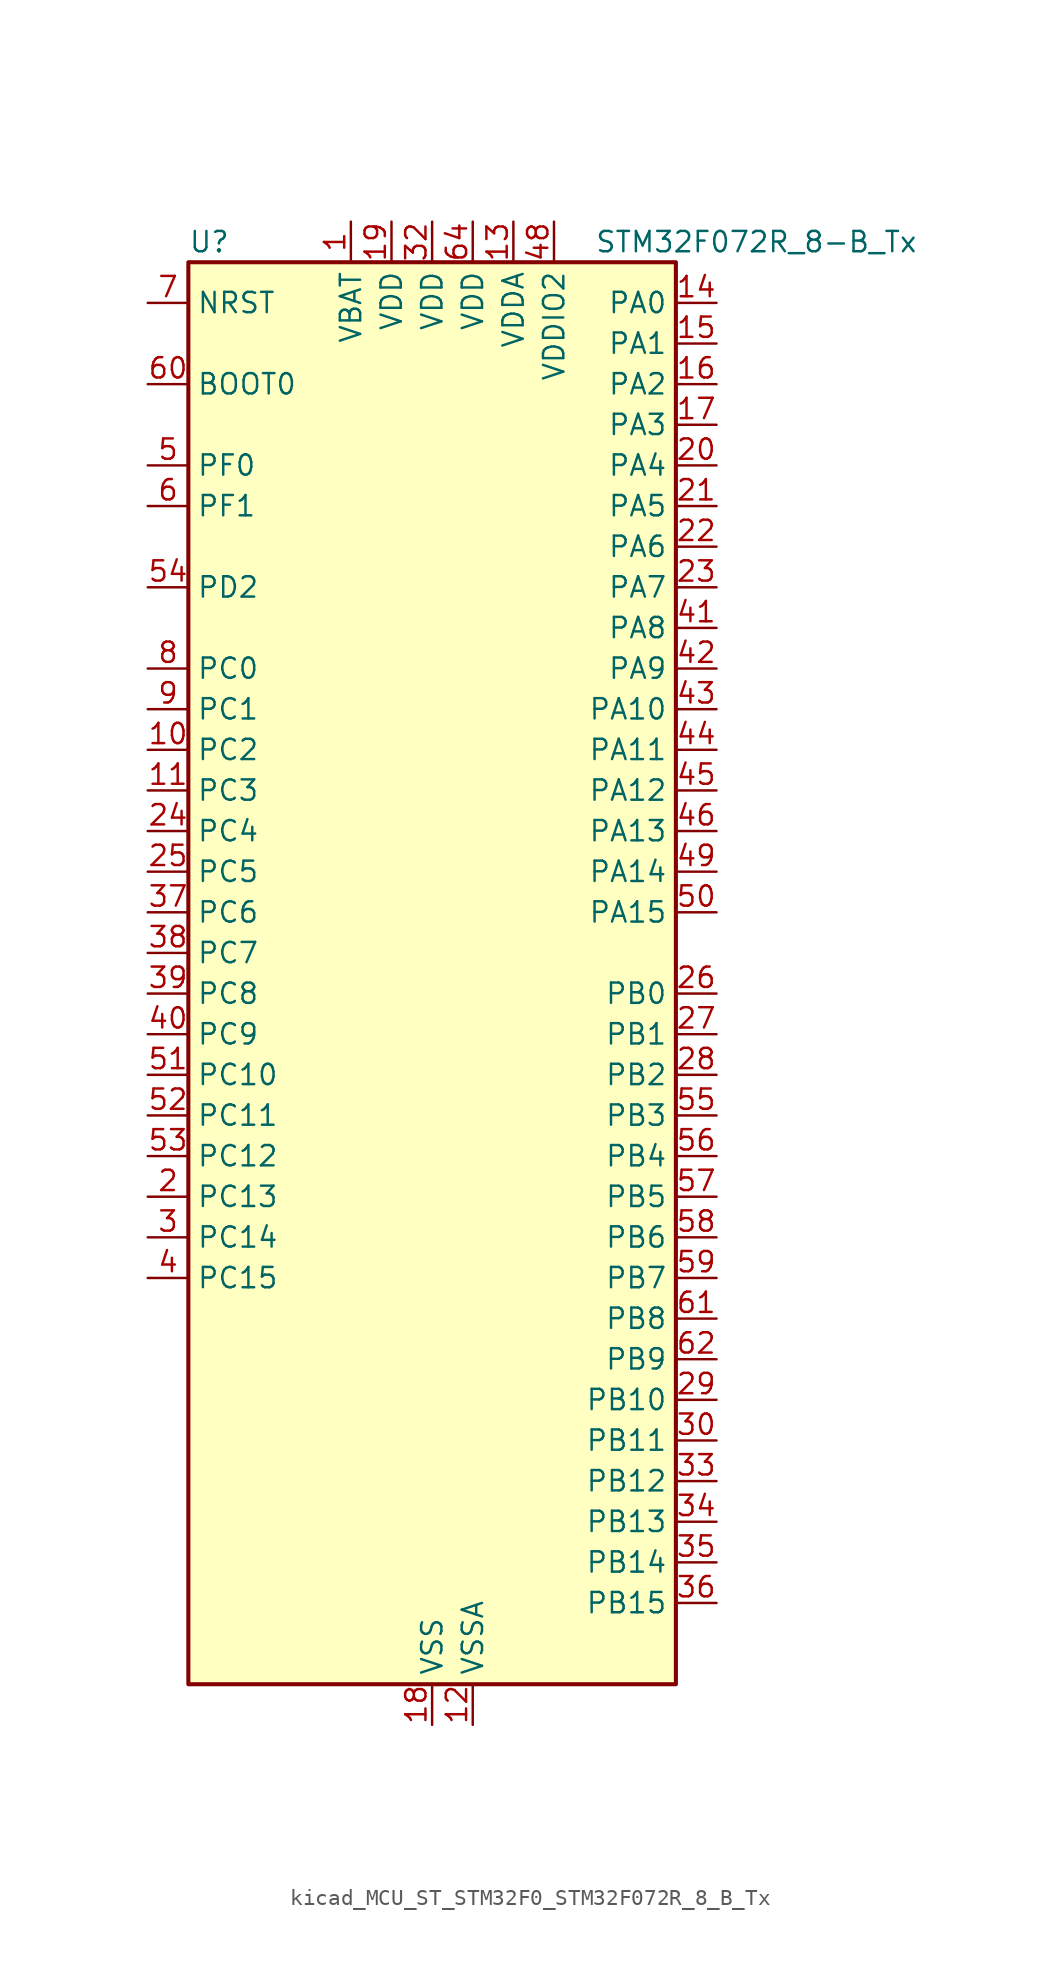
<source format=kicad_sym>
(kicad_symbol_lib
  (version 20220914)
  (generator kicad_symbol_editor)
  (symbol "kicad_MCU_ST_STM32F0_STM32F072R_8_B_Tx"
    (property "Reference" "U"
      (at -15.24 46.99 0)
      (effects (font (size 1.27 1.27)) (justify left)))
    (property "Value" "STM32F072R_8-B_Tx"
      (at 10.16 46.99 0)
      (effects (font (size 1.27 1.27)) (justify left)))
    (property "ki_locked" ""
      (at 0 0 0)
      (effects (font (size 1.27 1.27))))
    (symbol "kicad_MCU_ST_STM32F0_STM32F072R_8_B_Tx_0_1"
      (rectangle (start -15.24 -43.18) (end 15.24 45.72) (stroke (width 0.254) (type default)) (fill (type background))))
    (symbol "kicad_MCU_ST_STM32F0_STM32F072R_8_B_Tx_1_1"
      (pin power_in line (at -5.08 48.26 270) (length 2.54) (name "VBAT" (effects (font (size 1.27 1.27)))) (number "1" (effects (font (size 1.27 1.27)))))
      (pin bidirectional line (at -17.78 15.24 0) (length 2.54) (name "PC2" (effects (font (size 1.27 1.27)))) (number "10" (effects (font (size 1.27 1.27)))) (alternate "ADC_IN12" bidirectional line) (alternate "I2S2_MCK" bidirectional line) (alternate "SPI2_MISO" bidirectional line))
      (pin bidirectional line (at -17.78 12.7 0) (length 2.54) (name "PC3" (effects (font (size 1.27 1.27)))) (number "11" (effects (font (size 1.27 1.27)))) (alternate "ADC_IN13" bidirectional line) (alternate "I2S2_SD" bidirectional line) (alternate "SPI2_MOSI" bidirectional line))
      (pin power_in line (at 2.54 -45.72 90) (length 2.54) (name "VSSA" (effects (font (size 1.27 1.27)))) (number "12" (effects (font (size 1.27 1.27)))))
      (pin power_in line (at 5.08 48.26 270) (length 2.54) (name "VDDA" (effects (font (size 1.27 1.27)))) (number "13" (effects (font (size 1.27 1.27)))))
      (pin bidirectional line (at 17.78 43.18 180) (length 2.54) (name "PA0" (effects (font (size 1.27 1.27)))) (number "14" (effects (font (size 1.27 1.27)))) (alternate "ADC_IN0" bidirectional line) (alternate "COMP1_INM" bidirectional line) (alternate "COMP1_OUT" bidirectional line) (alternate "RTC_TAMP2" bidirectional line) (alternate "SYS_WKUP1" bidirectional line) (alternate "TIM2_CH1" bidirectional line) (alternate "TIM2_ETR" bidirectional line) (alternate "TSC_G1_IO1" bidirectional line) (alternate "USART2_CTS" bidirectional line) (alternate "USART4_TX" bidirectional line))
      (pin bidirectional line (at 17.78 40.64 180) (length 2.54) (name "PA1" (effects (font (size 1.27 1.27)))) (number "15" (effects (font (size 1.27 1.27)))) (alternate "ADC_IN1" bidirectional line) (alternate "COMP1_INP" bidirectional line) (alternate "TIM15_CH1N" bidirectional line) (alternate "TIM2_CH2" bidirectional line) (alternate "TSC_G1_IO2" bidirectional line) (alternate "USART2_DE" bidirectional line) (alternate "USART2_RTS" bidirectional line) (alternate "USART4_RX" bidirectional line))
      (pin bidirectional line (at 17.78 38.1 180) (length 2.54) (name "PA2" (effects (font (size 1.27 1.27)))) (number "16" (effects (font (size 1.27 1.27)))) (alternate "ADC_IN2" bidirectional line) (alternate "COMP2_INM" bidirectional line) (alternate "COMP2_OUT" bidirectional line) (alternate "SYS_WKUP4" bidirectional line) (alternate "TIM15_CH1" bidirectional line) (alternate "TIM2_CH3" bidirectional line) (alternate "TSC_G1_IO3" bidirectional line) (alternate "USART2_TX" bidirectional line))
      (pin bidirectional line (at 17.78 35.56 180) (length 2.54) (name "PA3" (effects (font (size 1.27 1.27)))) (number "17" (effects (font (size 1.27 1.27)))) (alternate "ADC_IN3" bidirectional line) (alternate "COMP2_INP" bidirectional line) (alternate "TIM15_CH2" bidirectional line) (alternate "TIM2_CH4" bidirectional line) (alternate "TSC_G1_IO4" bidirectional line) (alternate "USART2_RX" bidirectional line))
      (pin power_in line (at 0 -45.72 90) (length 2.54) (name "VSS" (effects (font (size 1.27 1.27)))) (number "18" (effects (font (size 1.27 1.27)))))
      (pin power_in line (at -2.54 48.26 270) (length 2.54) (name "VDD" (effects (font (size 1.27 1.27)))) (number "19" (effects (font (size 1.27 1.27)))))
      (pin bidirectional line (at -17.78 -12.7 0) (length 2.54) (name "PC13" (effects (font (size 1.27 1.27)))) (number "2" (effects (font (size 1.27 1.27)))) (alternate "RTC_OUT_ALARM" bidirectional line) (alternate "RTC_OUT_CALIB" bidirectional line) (alternate "RTC_TAMP1" bidirectional line) (alternate "RTC_TS" bidirectional line) (alternate "SYS_WKUP2" bidirectional line))
      (pin bidirectional line (at 17.78 33.02 180) (length 2.54) (name "PA4" (effects (font (size 1.27 1.27)))) (number "20" (effects (font (size 1.27 1.27)))) (alternate "ADC_IN4" bidirectional line) (alternate "COMP1_INM" bidirectional line) (alternate "COMP2_INM" bidirectional line) (alternate "DAC_OUT1" bidirectional line) (alternate "I2S1_WS" bidirectional line) (alternate "SPI1_NSS" bidirectional line) (alternate "TIM14_CH1" bidirectional line) (alternate "TSC_G2_IO1" bidirectional line) (alternate "USART2_CK" bidirectional line))
      (pin bidirectional line (at 17.78 30.48 180) (length 2.54) (name "PA5" (effects (font (size 1.27 1.27)))) (number "21" (effects (font (size 1.27 1.27)))) (alternate "ADC_IN5" bidirectional line) (alternate "CEC" bidirectional line) (alternate "COMP1_INM" bidirectional line) (alternate "COMP2_INM" bidirectional line) (alternate "DAC_OUT2" bidirectional line) (alternate "I2S1_CK" bidirectional line) (alternate "SPI1_SCK" bidirectional line) (alternate "TIM2_CH1" bidirectional line) (alternate "TIM2_ETR" bidirectional line) (alternate "TSC_G2_IO2" bidirectional line))
      (pin bidirectional line (at 17.78 27.94 180) (length 2.54) (name "PA6" (effects (font (size 1.27 1.27)))) (number "22" (effects (font (size 1.27 1.27)))) (alternate "ADC_IN6" bidirectional line) (alternate "COMP1_OUT" bidirectional line) (alternate "I2S1_MCK" bidirectional line) (alternate "SPI1_MISO" bidirectional line) (alternate "TIM16_CH1" bidirectional line) (alternate "TIM1_BKIN" bidirectional line) (alternate "TIM3_CH1" bidirectional line) (alternate "TSC_G2_IO3" bidirectional line) (alternate "USART3_CTS" bidirectional line))
      (pin bidirectional line (at 17.78 25.4 180) (length 2.54) (name "PA7" (effects (font (size 1.27 1.27)))) (number "23" (effects (font (size 1.27 1.27)))) (alternate "ADC_IN7" bidirectional line) (alternate "COMP2_OUT" bidirectional line) (alternate "I2S1_SD" bidirectional line) (alternate "SPI1_MOSI" bidirectional line) (alternate "TIM14_CH1" bidirectional line) (alternate "TIM17_CH1" bidirectional line) (alternate "TIM1_CH1N" bidirectional line) (alternate "TIM3_CH2" bidirectional line) (alternate "TSC_G2_IO4" bidirectional line))
      (pin bidirectional line (at -17.78 10.16 0) (length 2.54) (name "PC4" (effects (font (size 1.27 1.27)))) (number "24" (effects (font (size 1.27 1.27)))) (alternate "ADC_IN14" bidirectional line) (alternate "USART3_TX" bidirectional line))
      (pin bidirectional line (at -17.78 7.62 0) (length 2.54) (name "PC5" (effects (font (size 1.27 1.27)))) (number "25" (effects (font (size 1.27 1.27)))) (alternate "ADC_IN15" bidirectional line) (alternate "SYS_WKUP5" bidirectional line) (alternate "TSC_G3_IO1" bidirectional line) (alternate "USART3_RX" bidirectional line))
      (pin bidirectional line (at 17.78 0 180) (length 2.54) (name "PB0" (effects (font (size 1.27 1.27)))) (number "26" (effects (font (size 1.27 1.27)))) (alternate "ADC_IN8" bidirectional line) (alternate "TIM1_CH2N" bidirectional line) (alternate "TIM3_CH3" bidirectional line) (alternate "TSC_G3_IO2" bidirectional line) (alternate "USART3_CK" bidirectional line))
      (pin bidirectional line (at 17.78 -2.54 180) (length 2.54) (name "PB1" (effects (font (size 1.27 1.27)))) (number "27" (effects (font (size 1.27 1.27)))) (alternate "ADC_IN9" bidirectional line) (alternate "TIM14_CH1" bidirectional line) (alternate "TIM1_CH3N" bidirectional line) (alternate "TIM3_CH4" bidirectional line) (alternate "TSC_G3_IO3" bidirectional line) (alternate "USART3_DE" bidirectional line) (alternate "USART3_RTS" bidirectional line))
      (pin bidirectional line (at 17.78 -5.08 180) (length 2.54) (name "PB2" (effects (font (size 1.27 1.27)))) (number "28" (effects (font (size 1.27 1.27)))) (alternate "TSC_G3_IO4" bidirectional line))
      (pin bidirectional line (at 17.78 -25.4 180) (length 2.54) (name "PB10" (effects (font (size 1.27 1.27)))) (number "29" (effects (font (size 1.27 1.27)))) (alternate "CEC" bidirectional line) (alternate "I2C2_SCL" bidirectional line) (alternate "I2S2_CK" bidirectional line) (alternate "SPI2_SCK" bidirectional line) (alternate "TIM2_CH3" bidirectional line) (alternate "TSC_SYNC" bidirectional line) (alternate "USART3_TX" bidirectional line))
      (pin bidirectional line (at -17.78 -15.24 0) (length 2.54) (name "PC14" (effects (font (size 1.27 1.27)))) (number "3" (effects (font (size 1.27 1.27)))) (alternate "RCC_OSC32_IN" bidirectional line))
      (pin bidirectional line (at 17.78 -27.94 180) (length 2.54) (name "PB11" (effects (font (size 1.27 1.27)))) (number "30" (effects (font (size 1.27 1.27)))) (alternate "I2C2_SDA" bidirectional line) (alternate "TIM2_CH4" bidirectional line) (alternate "TSC_G6_IO1" bidirectional line) (alternate "USART3_RX" bidirectional line))
      (pin passive line (at 0 -45.72 90) (length 2.54) hide (name "VSS" (effects (font (size 1.27 1.27)))) (number "31" (effects (font (size 1.27 1.27)))))
      (pin power_in line (at 0 48.26 270) (length 2.54) (name "VDD" (effects (font (size 1.27 1.27)))) (number "32" (effects (font (size 1.27 1.27)))))
      (pin bidirectional line (at 17.78 -30.48 180) (length 2.54) (name "PB12" (effects (font (size 1.27 1.27)))) (number "33" (effects (font (size 1.27 1.27)))) (alternate "I2S2_WS" bidirectional line) (alternate "SPI2_NSS" bidirectional line) (alternate "TIM15_BKIN" bidirectional line) (alternate "TIM1_BKIN" bidirectional line) (alternate "TSC_G6_IO2" bidirectional line) (alternate "USART3_CK" bidirectional line))
      (pin bidirectional line (at 17.78 -33.02 180) (length 2.54) (name "PB13" (effects (font (size 1.27 1.27)))) (number "34" (effects (font (size 1.27 1.27)))) (alternate "I2C2_SCL" bidirectional line) (alternate "I2S2_CK" bidirectional line) (alternate "SPI2_SCK" bidirectional line) (alternate "TIM1_CH1N" bidirectional line) (alternate "TSC_G6_IO3" bidirectional line) (alternate "USART3_CTS" bidirectional line))
      (pin bidirectional line (at 17.78 -35.56 180) (length 2.54) (name "PB14" (effects (font (size 1.27 1.27)))) (number "35" (effects (font (size 1.27 1.27)))) (alternate "I2C2_SDA" bidirectional line) (alternate "I2S2_MCK" bidirectional line) (alternate "SPI2_MISO" bidirectional line) (alternate "TIM15_CH1" bidirectional line) (alternate "TIM1_CH2N" bidirectional line) (alternate "TSC_G6_IO4" bidirectional line) (alternate "USART3_DE" bidirectional line) (alternate "USART3_RTS" bidirectional line))
      (pin bidirectional line (at 17.78 -38.1 180) (length 2.54) (name "PB15" (effects (font (size 1.27 1.27)))) (number "36" (effects (font (size 1.27 1.27)))) (alternate "I2S2_SD" bidirectional line) (alternate "RTC_REFIN" bidirectional line) (alternate "SPI2_MOSI" bidirectional line) (alternate "SYS_WKUP7" bidirectional line) (alternate "TIM15_CH1N" bidirectional line) (alternate "TIM15_CH2" bidirectional line) (alternate "TIM1_CH3N" bidirectional line))
      (pin bidirectional line (at -17.78 5.08 0) (length 2.54) (name "PC6" (effects (font (size 1.27 1.27)))) (number "37" (effects (font (size 1.27 1.27)))) (alternate "TIM3_CH1" bidirectional line))
      (pin bidirectional line (at -17.78 2.54 0) (length 2.54) (name "PC7" (effects (font (size 1.27 1.27)))) (number "38" (effects (font (size 1.27 1.27)))) (alternate "TIM3_CH2" bidirectional line))
      (pin bidirectional line (at -17.78 0 0) (length 2.54) (name "PC8" (effects (font (size 1.27 1.27)))) (number "39" (effects (font (size 1.27 1.27)))) (alternate "TIM3_CH3" bidirectional line))
      (pin bidirectional line (at -17.78 -17.78 0) (length 2.54) (name "PC15" (effects (font (size 1.27 1.27)))) (number "4" (effects (font (size 1.27 1.27)))) (alternate "RCC_OSC32_OUT" bidirectional line))
      (pin bidirectional line (at -17.78 -2.54 0) (length 2.54) (name "PC9" (effects (font (size 1.27 1.27)))) (number "40" (effects (font (size 1.27 1.27)))) (alternate "DAC_EXTI9" bidirectional line) (alternate "TIM3_CH4" bidirectional line))
      (pin bidirectional line (at 17.78 22.86 180) (length 2.54) (name "PA8" (effects (font (size 1.27 1.27)))) (number "41" (effects (font (size 1.27 1.27)))) (alternate "CRS_SYNC" bidirectional line) (alternate "RCC_MCO" bidirectional line) (alternate "TIM1_CH1" bidirectional line) (alternate "USART1_CK" bidirectional line))
      (pin bidirectional line (at 17.78 20.32 180) (length 2.54) (name "PA9" (effects (font (size 1.27 1.27)))) (number "42" (effects (font (size 1.27 1.27)))) (alternate "DAC_EXTI9" bidirectional line) (alternate "TIM15_BKIN" bidirectional line) (alternate "TIM1_CH2" bidirectional line) (alternate "TSC_G4_IO1" bidirectional line) (alternate "USART1_TX" bidirectional line))
      (pin bidirectional line (at 17.78 17.78 180) (length 2.54) (name "PA10" (effects (font (size 1.27 1.27)))) (number "43" (effects (font (size 1.27 1.27)))) (alternate "TIM17_BKIN" bidirectional line) (alternate "TIM1_CH3" bidirectional line) (alternate "TSC_G4_IO2" bidirectional line) (alternate "USART1_RX" bidirectional line))
      (pin bidirectional line (at 17.78 15.24 180) (length 2.54) (name "PA11" (effects (font (size 1.27 1.27)))) (number "44" (effects (font (size 1.27 1.27)))) (alternate "CAN_RX" bidirectional line) (alternate "COMP1_OUT" bidirectional line) (alternate "TIM1_CH4" bidirectional line) (alternate "TSC_G4_IO3" bidirectional line) (alternate "USART1_CTS" bidirectional line) (alternate "USB_DM" bidirectional line))
      (pin bidirectional line (at 17.78 12.7 180) (length 2.54) (name "PA12" (effects (font (size 1.27 1.27)))) (number "45" (effects (font (size 1.27 1.27)))) (alternate "CAN_TX" bidirectional line) (alternate "COMP2_OUT" bidirectional line) (alternate "TIM1_ETR" bidirectional line) (alternate "TSC_G4_IO4" bidirectional line) (alternate "USART1_DE" bidirectional line) (alternate "USART1_RTS" bidirectional line) (alternate "USB_DP" bidirectional line))
      (pin bidirectional line (at 17.78 10.16 180) (length 2.54) (name "PA13" (effects (font (size 1.27 1.27)))) (number "46" (effects (font (size 1.27 1.27)))) (alternate "IR_OUT" bidirectional line) (alternate "SYS_SWDIO" bidirectional line) (alternate "USB_NOE" bidirectional line))
      (pin passive line (at 0 -45.72 90) (length 2.54) hide (name "VSS" (effects (font (size 1.27 1.27)))) (number "47" (effects (font (size 1.27 1.27)))))
      (pin power_in line (at 7.62 48.26 270) (length 2.54) (name "VDDIO2" (effects (font (size 1.27 1.27)))) (number "48" (effects (font (size 1.27 1.27)))))
      (pin bidirectional line (at 17.78 7.62 180) (length 2.54) (name "PA14" (effects (font (size 1.27 1.27)))) (number "49" (effects (font (size 1.27 1.27)))) (alternate "SYS_SWCLK" bidirectional line) (alternate "USART2_TX" bidirectional line))
      (pin bidirectional line (at -17.78 33.02 0) (length 2.54) (name "PF0" (effects (font (size 1.27 1.27)))) (number "5" (effects (font (size 1.27 1.27)))) (alternate "CRS_SYNC" bidirectional line) (alternate "RCC_OSC_IN" bidirectional line))
      (pin bidirectional line (at 17.78 5.08 180) (length 2.54) (name "PA15" (effects (font (size 1.27 1.27)))) (number "50" (effects (font (size 1.27 1.27)))) (alternate "I2S1_WS" bidirectional line) (alternate "SPI1_NSS" bidirectional line) (alternate "TIM2_CH1" bidirectional line) (alternate "TIM2_ETR" bidirectional line) (alternate "USART2_RX" bidirectional line) (alternate "USART4_DE" bidirectional line) (alternate "USART4_RTS" bidirectional line))
      (pin bidirectional line (at -17.78 -5.08 0) (length 2.54) (name "PC10" (effects (font (size 1.27 1.27)))) (number "51" (effects (font (size 1.27 1.27)))) (alternate "USART3_TX" bidirectional line) (alternate "USART4_TX" bidirectional line))
      (pin bidirectional line (at -17.78 -7.62 0) (length 2.54) (name "PC11" (effects (font (size 1.27 1.27)))) (number "52" (effects (font (size 1.27 1.27)))) (alternate "USART3_RX" bidirectional line) (alternate "USART4_RX" bidirectional line))
      (pin bidirectional line (at -17.78 -10.16 0) (length 2.54) (name "PC12" (effects (font (size 1.27 1.27)))) (number "53" (effects (font (size 1.27 1.27)))) (alternate "USART3_CK" bidirectional line) (alternate "USART4_CK" bidirectional line))
      (pin bidirectional line (at -17.78 25.4 0) (length 2.54) (name "PD2" (effects (font (size 1.27 1.27)))) (number "54" (effects (font (size 1.27 1.27)))) (alternate "TIM3_ETR" bidirectional line) (alternate "USART3_DE" bidirectional line) (alternate "USART3_RTS" bidirectional line))
      (pin bidirectional line (at 17.78 -7.62 180) (length 2.54) (name "PB3" (effects (font (size 1.27 1.27)))) (number "55" (effects (font (size 1.27 1.27)))) (alternate "I2S1_CK" bidirectional line) (alternate "SPI1_SCK" bidirectional line) (alternate "TIM2_CH2" bidirectional line) (alternate "TSC_G5_IO1" bidirectional line))
      (pin bidirectional line (at 17.78 -10.16 180) (length 2.54) (name "PB4" (effects (font (size 1.27 1.27)))) (number "56" (effects (font (size 1.27 1.27)))) (alternate "I2S1_MCK" bidirectional line) (alternate "SPI1_MISO" bidirectional line) (alternate "TIM17_BKIN" bidirectional line) (alternate "TIM3_CH1" bidirectional line) (alternate "TSC_G5_IO2" bidirectional line))
      (pin bidirectional line (at 17.78 -12.7 180) (length 2.54) (name "PB5" (effects (font (size 1.27 1.27)))) (number "57" (effects (font (size 1.27 1.27)))) (alternate "I2C1_SMBA" bidirectional line) (alternate "I2S1_SD" bidirectional line) (alternate "SPI1_MOSI" bidirectional line) (alternate "SYS_WKUP6" bidirectional line) (alternate "TIM16_BKIN" bidirectional line) (alternate "TIM3_CH2" bidirectional line))
      (pin bidirectional line (at 17.78 -15.24 180) (length 2.54) (name "PB6" (effects (font (size 1.27 1.27)))) (number "58" (effects (font (size 1.27 1.27)))) (alternate "I2C1_SCL" bidirectional line) (alternate "TIM16_CH1N" bidirectional line) (alternate "TSC_G5_IO3" bidirectional line) (alternate "USART1_TX" bidirectional line))
      (pin bidirectional line (at 17.78 -17.78 180) (length 2.54) (name "PB7" (effects (font (size 1.27 1.27)))) (number "59" (effects (font (size 1.27 1.27)))) (alternate "I2C1_SDA" bidirectional line) (alternate "TIM17_CH1N" bidirectional line) (alternate "TSC_G5_IO4" bidirectional line) (alternate "USART1_RX" bidirectional line) (alternate "USART4_CTS" bidirectional line))
      (pin bidirectional line (at -17.78 30.48 0) (length 2.54) (name "PF1" (effects (font (size 1.27 1.27)))) (number "6" (effects (font (size 1.27 1.27)))) (alternate "RCC_OSC_OUT" bidirectional line))
      (pin input line (at -17.78 38.1 0) (length 2.54) (name "BOOT0" (effects (font (size 1.27 1.27)))) (number "60" (effects (font (size 1.27 1.27)))))
      (pin bidirectional line (at 17.78 -20.32 180) (length 2.54) (name "PB8" (effects (font (size 1.27 1.27)))) (number "61" (effects (font (size 1.27 1.27)))) (alternate "CAN_RX" bidirectional line) (alternate "CEC" bidirectional line) (alternate "I2C1_SCL" bidirectional line) (alternate "TIM16_CH1" bidirectional line) (alternate "TSC_SYNC" bidirectional line))
      (pin bidirectional line (at 17.78 -22.86 180) (length 2.54) (name "PB9" (effects (font (size 1.27 1.27)))) (number "62" (effects (font (size 1.27 1.27)))) (alternate "CAN_TX" bidirectional line) (alternate "DAC_EXTI9" bidirectional line) (alternate "I2C1_SDA" bidirectional line) (alternate "I2S2_WS" bidirectional line) (alternate "IR_OUT" bidirectional line) (alternate "SPI2_NSS" bidirectional line) (alternate "TIM17_CH1" bidirectional line))
      (pin passive line (at 0 -45.72 90) (length 2.54) hide (name "VSS" (effects (font (size 1.27 1.27)))) (number "63" (effects (font (size 1.27 1.27)))))
      (pin power_in line (at 2.54 48.26 270) (length 2.54) (name "VDD" (effects (font (size 1.27 1.27)))) (number "64" (effects (font (size 1.27 1.27)))))
      (pin input line (at -17.78 43.18 0) (length 2.54) (name "NRST" (effects (font (size 1.27 1.27)))) (number "7" (effects (font (size 1.27 1.27)))))
      (pin bidirectional line (at -17.78 20.32 0) (length 2.54) (name "PC0" (effects (font (size 1.27 1.27)))) (number "8" (effects (font (size 1.27 1.27)))) (alternate "ADC_IN10" bidirectional line))
      (pin bidirectional line (at -17.78 17.78 0) (length 2.54) (name "PC1" (effects (font (size 1.27 1.27)))) (number "9" (effects (font (size 1.27 1.27)))) (alternate "ADC_IN11" bidirectional line)))))
</source>
